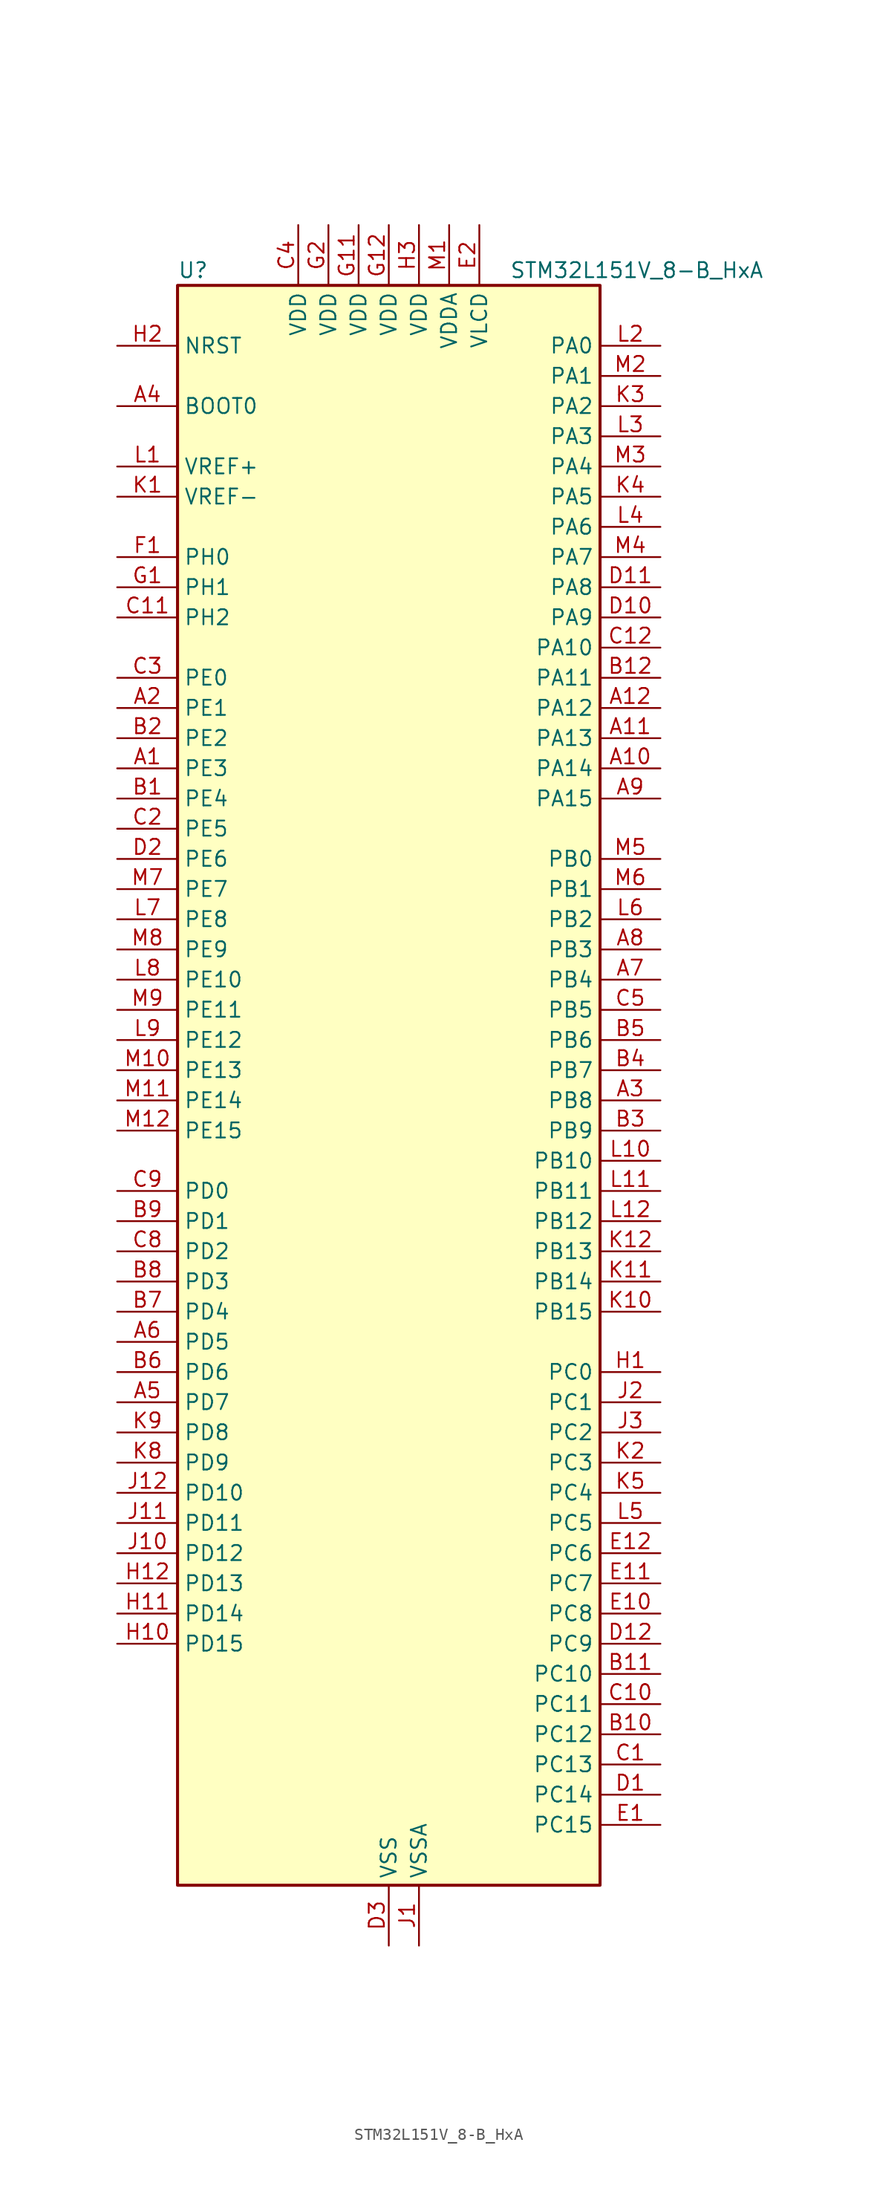
<source format=kicad_sym>
(kicad_symbol_lib
  (version 20241209)
  (generator "kicad_symbol_editor")
  (generator_version "9.0")
  (symbol "STM32L151V_8-B_HxA"
    (property "Reference" "U"
      (at -17.78 69.85 0)
      (effects (font (size 1.27 1.27)) (justify left)))
    (property "Value" "STM32L151V_8-B_HxA"
      (at 10.16 69.85 0)
      (effects (font (size 1.27 1.27)) (justify left)))
    (symbol "STM32L151V_8-B_HxA_0_1"
      (rectangle (start -17.78 -66.04) (end 17.78 68.58) (stroke (width 0.254) (type default)) (fill (type background))))
    (symbol "STM32L151V_8-B_HxA_1_1"
      (pin input line (at -22.86 63.5 0) (length 5.08) (name "NRST" (effects (font (size 1.27 1.27)))) (number "H2" (effects (font (size 1.27 1.27)))))
      (pin input line (at -22.86 58.42 0) (length 5.08) (name "BOOT0" (effects (font (size 1.27 1.27)))) (number "A4" (effects (font (size 1.27 1.27)))))
      (pin input line (at -22.86 53.34 0) (length 5.08) (name "VREF+" (effects (font (size 1.27 1.27)))) (number "L1" (effects (font (size 1.27 1.27)))))
      (pin input line (at -22.86 50.8 0) (length 5.08) (name "VREF-" (effects (font (size 1.27 1.27)))) (number "K1" (effects (font (size 1.27 1.27)))))
      (pin bidirectional line (at -22.86 45.72 0) (length 5.08) (name "PH0" (effects (font (size 1.27 1.27)))) (number "F1" (effects (font (size 1.27 1.27)))) (alternate "RCC_OSC_IN" bidirectional line))
      (pin bidirectional line (at -22.86 43.18 0) (length 5.08) (name "PH1" (effects (font (size 1.27 1.27)))) (number "G1" (effects (font (size 1.27 1.27)))) (alternate "RCC_OSC_OUT" bidirectional line))
      (pin bidirectional line (at -22.86 40.64 0) (length 5.08) (name "PH2" (effects (font (size 1.27 1.27)))) (number "C11" (effects (font (size 1.27 1.27)))))
      (pin bidirectional line (at -22.86 35.56 0) (length 5.08) (name "PE0" (effects (font (size 1.27 1.27)))) (number "C3" (effects (font (size 1.27 1.27)))) (alternate "TIM10_CH1" bidirectional line) (alternate "TIM4_ETR" bidirectional line) (alternate "TIMX_IC1" bidirectional line))
      (pin bidirectional line (at -22.86 33.02 0) (length 5.08) (name "PE1" (effects (font (size 1.27 1.27)))) (number "A2" (effects (font (size 1.27 1.27)))) (alternate "TIM11_CH1" bidirectional line) (alternate "TIMX_IC2" bidirectional line))
      (pin bidirectional line (at -22.86 30.48 0) (length 5.08) (name "PE2" (effects (font (size 1.27 1.27)))) (number "B2" (effects (font (size 1.27 1.27)))) (alternate "SYS_TRACECK" bidirectional line) (alternate "TIM3_ETR" bidirectional line) (alternate "TIMX_IC3" bidirectional line))
      (pin bidirectional line (at -22.86 27.94 0) (length 5.08) (name "PE3" (effects (font (size 1.27 1.27)))) (number "A1" (effects (font (size 1.27 1.27)))) (alternate "SYS_TRACED0" bidirectional line) (alternate "TIM3_CH1" bidirectional line) (alternate "TIMX_IC4" bidirectional line))
      (pin bidirectional line (at -22.86 25.4 0) (length 5.08) (name "PE4" (effects (font (size 1.27 1.27)))) (number "B1" (effects (font (size 1.27 1.27)))) (alternate "SYS_TRACED1" bidirectional line) (alternate "TIM3_CH2" bidirectional line) (alternate "TIMX_IC1" bidirectional line))
      (pin bidirectional line (at -22.86 22.86 0) (length 5.08) (name "PE5" (effects (font (size 1.27 1.27)))) (number "C2" (effects (font (size 1.27 1.27)))) (alternate "SYS_TRACED2" bidirectional line) (alternate "TIM9_CH1" bidirectional line) (alternate "TIMX_IC2" bidirectional line))
      (pin bidirectional line (at -22.86 20.32 0) (length 5.08) (name "PE6" (effects (font (size 1.27 1.27)))) (number "D2" (effects (font (size 1.27 1.27)))) (alternate "RTC_TAMP3" bidirectional line) (alternate "SYS_TRACED3" bidirectional line) (alternate "SYS_WKUP3" bidirectional line) (alternate "TIM9_CH2" bidirectional line) (alternate "TIMX_IC3" bidirectional line))
      (pin bidirectional line (at -22.86 17.78 0) (length 5.08) (name "PE7" (effects (font (size 1.27 1.27)))) (number "M7" (effects (font (size 1.27 1.27)))) (alternate "ADC_IN22" bidirectional line) (alternate "COMP1_INP" bidirectional line) (alternate "TIMX_IC4" bidirectional line))
      (pin bidirectional line (at -22.86 15.24 0) (length 5.08) (name "PE8" (effects (font (size 1.27 1.27)))) (number "L7" (effects (font (size 1.27 1.27)))) (alternate "ADC_IN23" bidirectional line) (alternate "COMP1_INP" bidirectional line) (alternate "TIMX_IC1" bidirectional line))
      (pin bidirectional line (at -22.86 12.7 0) (length 5.08) (name "PE9" (effects (font (size 1.27 1.27)))) (number "M8" (effects (font (size 1.27 1.27)))) (alternate "ADC_IN24" bidirectional line) (alternate "COMP1_INP" bidirectional line) (alternate "DAC_EXTI9" bidirectional line) (alternate "TIM2_CH1" bidirectional line) (alternate "TIM2_ETR" bidirectional line) (alternate "TIMX_IC2" bidirectional line))
      (pin bidirectional line (at -22.86 10.16 0) (length 5.08) (name "PE10" (effects (font (size 1.27 1.27)))) (number "L8" (effects (font (size 1.27 1.27)))) (alternate "ADC_IN25" bidirectional line) (alternate "COMP1_INP" bidirectional line) (alternate "TIM2_CH2" bidirectional line) (alternate "TIMX_IC3" bidirectional line))
      (pin bidirectional line (at -22.86 7.62 0) (length 5.08) (name "PE11" (effects (font (size 1.27 1.27)))) (number "M9" (effects (font (size 1.27 1.27)))) (alternate "ADC_EXTI11" bidirectional line) (alternate "TIM2_CH3" bidirectional line) (alternate "TIMX_IC4" bidirectional line))
      (pin bidirectional line (at -22.86 5.08 0) (length 5.08) (name "PE12" (effects (font (size 1.27 1.27)))) (number "L9" (effects (font (size 1.27 1.27)))) (alternate "SPI1_NSS" bidirectional line) (alternate "TIM2_CH4" bidirectional line) (alternate "TIMX_IC1" bidirectional line))
      (pin bidirectional line (at -22.86 2.54 0) (length 5.08) (name "PE13" (effects (font (size 1.27 1.27)))) (number "M10" (effects (font (size 1.27 1.27)))) (alternate "SPI1_SCK" bidirectional line) (alternate "TIMX_IC2" bidirectional line))
      (pin bidirectional line (at -22.86 0 0) (length 5.08) (name "PE14" (effects (font (size 1.27 1.27)))) (number "M11" (effects (font (size 1.27 1.27)))) (alternate "SPI1_MISO" bidirectional line) (alternate "TIMX_IC3" bidirectional line))
      (pin bidirectional line (at -22.86 -2.54 0) (length 5.08) (name "PE15" (effects (font (size 1.27 1.27)))) (number "M12" (effects (font (size 1.27 1.27)))) (alternate "ADC_EXTI15" bidirectional line) (alternate "SPI1_MOSI" bidirectional line) (alternate "TIMX_IC4" bidirectional line))
      (pin bidirectional line (at -22.86 -7.62 0) (length 5.08) (name "PD0" (effects (font (size 1.27 1.27)))) (number "C9" (effects (font (size 1.27 1.27)))) (alternate "SPI2_NSS" bidirectional line) (alternate "TIM9_CH1" bidirectional line) (alternate "TIMX_IC1" bidirectional line))
      (pin bidirectional line (at -22.86 -10.16 0) (length 5.08) (name "PD1" (effects (font (size 1.27 1.27)))) (number "B9" (effects (font (size 1.27 1.27)))) (alternate "SPI2_SCK" bidirectional line) (alternate "TIMX_IC2" bidirectional line))
      (pin bidirectional line (at -22.86 -12.7 0) (length 5.08) (name "PD2" (effects (font (size 1.27 1.27)))) (number "C8" (effects (font (size 1.27 1.27)))) (alternate "TIM3_ETR" bidirectional line) (alternate "TIMX_IC3" bidirectional line))
      (pin bidirectional line (at -22.86 -15.24 0) (length 5.08) (name "PD3" (effects (font (size 1.27 1.27)))) (number "B8" (effects (font (size 1.27 1.27)))) (alternate "SPI2_MISO" bidirectional line) (alternate "TIMX_IC4" bidirectional line) (alternate "USART2_CTS" bidirectional line))
      (pin bidirectional line (at -22.86 -17.78 0) (length 5.08) (name "PD4" (effects (font (size 1.27 1.27)))) (number "B7" (effects (font (size 1.27 1.27)))) (alternate "SPI2_MOSI" bidirectional line) (alternate "TIMX_IC1" bidirectional line) (alternate "USART2_RTS" bidirectional line))
      (pin bidirectional line (at -22.86 -20.32 0) (length 5.08) (name "PD5" (effects (font (size 1.27 1.27)))) (number "A6" (effects (font (size 1.27 1.27)))) (alternate "TIMX_IC2" bidirectional line) (alternate "USART2_TX" bidirectional line))
      (pin bidirectional line (at -22.86 -22.86 0) (length 5.08) (name "PD6" (effects (font (size 1.27 1.27)))) (number "B6" (effects (font (size 1.27 1.27)))) (alternate "TIMX_IC3" bidirectional line) (alternate "USART2_RX" bidirectional line))
      (pin bidirectional line (at -22.86 -25.4 0) (length 5.08) (name "PD7" (effects (font (size 1.27 1.27)))) (number "A5" (effects (font (size 1.27 1.27)))) (alternate "TIM9_CH2" bidirectional line) (alternate "TIMX_IC4" bidirectional line) (alternate "USART2_CK" bidirectional line))
      (pin bidirectional line (at -22.86 -27.94 0) (length 5.08) (name "PD8" (effects (font (size 1.27 1.27)))) (number "K9" (effects (font (size 1.27 1.27)))) (alternate "TIMX_IC1" bidirectional line) (alternate "USART3_TX" bidirectional line))
      (pin bidirectional line (at -22.86 -30.48 0) (length 5.08) (name "PD9" (effects (font (size 1.27 1.27)))) (number "K8" (effects (font (size 1.27 1.27)))) (alternate "DAC_EXTI9" bidirectional line) (alternate "TIMX_IC2" bidirectional line) (alternate "USART3_RX" bidirectional line))
      (pin bidirectional line (at -22.86 -33.02 0) (length 5.08) (name "PD10" (effects (font (size 1.27 1.27)))) (number "J12" (effects (font (size 1.27 1.27)))) (alternate "TIMX_IC3" bidirectional line) (alternate "USART3_CK" bidirectional line))
      (pin bidirectional line (at -22.86 -35.56 0) (length 5.08) (name "PD11" (effects (font (size 1.27 1.27)))) (number "J11" (effects (font (size 1.27 1.27)))) (alternate "ADC_EXTI11" bidirectional line) (alternate "TIMX_IC4" bidirectional line) (alternate "USART3_CTS" bidirectional line))
      (pin bidirectional line (at -22.86 -38.1 0) (length 5.08) (name "PD12" (effects (font (size 1.27 1.27)))) (number "J10" (effects (font (size 1.27 1.27)))) (alternate "TIM4_CH1" bidirectional line) (alternate "TIMX_IC1" bidirectional line) (alternate "USART3_RTS" bidirectional line))
      (pin bidirectional line (at -22.86 -40.64 0) (length 5.08) (name "PD13" (effects (font (size 1.27 1.27)))) (number "H12" (effects (font (size 1.27 1.27)))) (alternate "TIM4_CH2" bidirectional line) (alternate "TIMX_IC2" bidirectional line))
      (pin bidirectional line (at -22.86 -43.18 0) (length 5.08) (name "PD14" (effects (font (size 1.27 1.27)))) (number "H11" (effects (font (size 1.27 1.27)))) (alternate "TIM4_CH3" bidirectional line) (alternate "TIMX_IC3" bidirectional line))
      (pin bidirectional line (at -22.86 -45.72 0) (length 5.08) (name "PD15" (effects (font (size 1.27 1.27)))) (number "H10" (effects (font (size 1.27 1.27)))) (alternate "ADC_EXTI15" bidirectional line) (alternate "TIM4_CH4" bidirectional line) (alternate "TIMX_IC4" bidirectional line))
      (pin power_in line (at -7.62 73.66 270) (length 5.08) (name "VDD" (effects (font (size 1.27 1.27)))) (number "C4" (effects (font (size 1.27 1.27)))))
      (pin power_in line (at -5.08 73.66 270) (length 5.08) (name "VDD" (effects (font (size 1.27 1.27)))) (number "G2" (effects (font (size 1.27 1.27)))))
      (pin power_in line (at -2.54 73.66 270) (length 5.08) (name "VDD" (effects (font (size 1.27 1.27)))) (number "G11" (effects (font (size 1.27 1.27)))))
      (pin power_in line (at 0 73.66 270) (length 5.08) (name "VDD" (effects (font (size 1.27 1.27)))) (number "G12" (effects (font (size 1.27 1.27)))))
      (pin power_in line (at 0 -71.12 90) (length 5.08) (name "VSS" (effects (font (size 1.27 1.27)))) (number "D3" (effects (font (size 1.27 1.27)))))
      (pin passive line (at 0 -71.12 90) (length 5.08) (hide yes) (name "VSS" (effects (font (size 1.27 1.27)))) (number "E3" (effects (font (size 1.27 1.27)))))
      (pin passive line (at 0 -71.12 90) (length 5.08) (hide yes) (name "VSS" (effects (font (size 1.27 1.27)))) (number "F11" (effects (font (size 1.27 1.27)))))
      (pin passive line (at 0 -71.12 90) (length 5.08) (hide yes) (name "VSS" (effects (font (size 1.27 1.27)))) (number "F12" (effects (font (size 1.27 1.27)))))
      (pin passive line (at 0 -71.12 90) (length 5.08) (hide yes) (name "VSS" (effects (font (size 1.27 1.27)))) (number "F2" (effects (font (size 1.27 1.27)))))
      (pin power_in line (at 2.54 73.66 270) (length 5.08) (name "VDD" (effects (font (size 1.27 1.27)))) (number "H3" (effects (font (size 1.27 1.27)))))
      (pin power_in line (at 2.54 -71.12 90) (length 5.08) (name "VSSA" (effects (font (size 1.27 1.27)))) (number "J1" (effects (font (size 1.27 1.27)))))
      (pin power_in line (at 5.08 73.66 270) (length 5.08) (name "VDDA" (effects (font (size 1.27 1.27)))) (number "M1" (effects (font (size 1.27 1.27)))))
      (pin power_in line (at 7.62 73.66 270) (length 5.08) (name "VLCD" (effects (font (size 1.27 1.27)))) (number "E2" (effects (font (size 1.27 1.27)))))
      (pin bidirectional line (at 22.86 63.5 180) (length 5.08) (name "PA0" (effects (font (size 1.27 1.27)))) (number "L2" (effects (font (size 1.27 1.27)))) (alternate "ADC_IN0" bidirectional line) (alternate "COMP1_INP" bidirectional line) (alternate "RTC_TAMP2" bidirectional line) (alternate "SYS_WKUP1" bidirectional line) (alternate "TIM2_CH1" bidirectional line) (alternate "TIM2_ETR" bidirectional line) (alternate "TIMX_IC1" bidirectional line) (alternate "TS_G1_IO1" bidirectional line) (alternate "USART2_CTS" bidirectional line))
      (pin bidirectional line (at 22.86 60.96 180) (length 5.08) (name "PA1" (effects (font (size 1.27 1.27)))) (number "M2" (effects (font (size 1.27 1.27)))) (alternate "ADC_IN1" bidirectional line) (alternate "COMP1_INP" bidirectional line) (alternate "TIM2_CH2" bidirectional line) (alternate "TIMX_IC2" bidirectional line) (alternate "TS_G1_IO2" bidirectional line) (alternate "USART2_RTS" bidirectional line))
      (pin bidirectional line (at 22.86 58.42 180) (length 5.08) (name "PA2" (effects (font (size 1.27 1.27)))) (number "K3" (effects (font (size 1.27 1.27)))) (alternate "ADC_IN2" bidirectional line) (alternate "COMP1_INP" bidirectional line) (alternate "TIM2_CH3" bidirectional line) (alternate "TIM9_CH1" bidirectional line) (alternate "TIMX_IC3" bidirectional line) (alternate "TS_G1_IO3" bidirectional line) (alternate "USART2_TX" bidirectional line))
      (pin bidirectional line (at 22.86 55.88 180) (length 5.08) (name "PA3" (effects (font (size 1.27 1.27)))) (number "L3" (effects (font (size 1.27 1.27)))) (alternate "ADC_IN3" bidirectional line) (alternate "COMP1_INP" bidirectional line) (alternate "TIM2_CH4" bidirectional line) (alternate "TIM9_CH2" bidirectional line) (alternate "TIMX_IC4" bidirectional line) (alternate "TS_G1_IO4" bidirectional line) (alternate "USART2_RX" bidirectional line))
      (pin bidirectional line (at 22.86 53.34 180) (length 5.08) (name "PA4" (effects (font (size 1.27 1.27)))) (number "M3" (effects (font (size 1.27 1.27)))) (alternate "ADC_IN4" bidirectional line) (alternate "COMP1_INP" bidirectional line) (alternate "DAC_OUT1" bidirectional line) (alternate "SPI1_NSS" bidirectional line) (alternate "TIMX_IC1" bidirectional line) (alternate "USART2_CK" bidirectional line))
      (pin bidirectional line (at 22.86 50.8 180) (length 5.08) (name "PA5" (effects (font (size 1.27 1.27)))) (number "K4" (effects (font (size 1.27 1.27)))) (alternate "ADC_IN5" bidirectional line) (alternate "COMP1_INP" bidirectional line) (alternate "DAC_OUT2" bidirectional line) (alternate "SPI1_SCK" bidirectional line) (alternate "TIM2_CH1" bidirectional line) (alternate "TIM2_ETR" bidirectional line) (alternate "TIMX_IC2" bidirectional line))
      (pin bidirectional line (at 22.86 48.26 180) (length 5.08) (name "PA6" (effects (font (size 1.27 1.27)))) (number "L4" (effects (font (size 1.27 1.27)))) (alternate "ADC_IN6" bidirectional line) (alternate "COMP1_INP" bidirectional line) (alternate "SPI1_MISO" bidirectional line) (alternate "TIM10_CH1" bidirectional line) (alternate "TIM3_CH1" bidirectional line) (alternate "TIMX_IC3" bidirectional line) (alternate "TS_G2_IO1" bidirectional line))
      (pin bidirectional line (at 22.86 45.72 180) (length 5.08) (name "PA7" (effects (font (size 1.27 1.27)))) (number "M4" (effects (font (size 1.27 1.27)))) (alternate "ADC_IN7" bidirectional line) (alternate "COMP1_INP" bidirectional line) (alternate "SPI1_MOSI" bidirectional line) (alternate "TIM11_CH1" bidirectional line) (alternate "TIM3_CH2" bidirectional line) (alternate "TIMX_IC4" bidirectional line) (alternate "TS_G2_IO2" bidirectional line))
      (pin bidirectional line (at 22.86 43.18 180) (length 5.08) (name "PA8" (effects (font (size 1.27 1.27)))) (number "D11" (effects (font (size 1.27 1.27)))) (alternate "RCC_MCO" bidirectional line) (alternate "TIMX_IC1" bidirectional line) (alternate "TS_G4_IO1" bidirectional line) (alternate "USART1_CK" bidirectional line))
      (pin bidirectional line (at 22.86 40.64 180) (length 5.08) (name "PA9" (effects (font (size 1.27 1.27)))) (number "D10" (effects (font (size 1.27 1.27)))) (alternate "DAC_EXTI9" bidirectional line) (alternate "TIMX_IC2" bidirectional line) (alternate "TS_G4_IO2" bidirectional line) (alternate "USART1_TX" bidirectional line))
      (pin bidirectional line (at 22.86 38.1 180) (length 5.08) (name "PA10" (effects (font (size 1.27 1.27)))) (number "C12" (effects (font (size 1.27 1.27)))) (alternate "TIMX_IC3" bidirectional line) (alternate "TS_G4_IO3" bidirectional line) (alternate "USART1_RX" bidirectional line))
      (pin bidirectional line (at 22.86 35.56 180) (length 5.08) (name "PA11" (effects (font (size 1.27 1.27)))) (number "B12" (effects (font (size 1.27 1.27)))) (alternate "ADC_EXTI11" bidirectional line) (alternate "SPI1_MISO" bidirectional line) (alternate "TIMX_IC4" bidirectional line) (alternate "USART1_CTS" bidirectional line) (alternate "USB_DM" bidirectional line))
      (pin bidirectional line (at 22.86 33.02 180) (length 5.08) (name "PA12" (effects (font (size 1.27 1.27)))) (number "A12" (effects (font (size 1.27 1.27)))) (alternate "SPI1_MOSI" bidirectional line) (alternate "TIMX_IC1" bidirectional line) (alternate "USART1_RTS" bidirectional line) (alternate "USB_DP" bidirectional line))
      (pin bidirectional line (at 22.86 30.48 180) (length 5.08) (name "PA13" (effects (font (size 1.27 1.27)))) (number "A11" (effects (font (size 1.27 1.27)))) (alternate "SYS_JTMS-SWDIO" bidirectional line) (alternate "TIMX_IC2" bidirectional line) (alternate "TS_G5_IO1" bidirectional line))
      (pin bidirectional line (at 22.86 27.94 180) (length 5.08) (name "PA14" (effects (font (size 1.27 1.27)))) (number "A10" (effects (font (size 1.27 1.27)))) (alternate "SYS_JTCK-SWCLK" bidirectional line) (alternate "TIMX_IC3" bidirectional line) (alternate "TS_G5_IO2" bidirectional line))
      (pin bidirectional line (at 22.86 25.4 180) (length 5.08) (name "PA15" (effects (font (size 1.27 1.27)))) (number "A9" (effects (font (size 1.27 1.27)))) (alternate "ADC_EXTI15" bidirectional line) (alternate "SPI1_NSS" bidirectional line) (alternate "SYS_JTDI" bidirectional line) (alternate "TIM2_CH1" bidirectional line) (alternate "TIM2_ETR" bidirectional line) (alternate "TIMX_IC4" bidirectional line) (alternate "TS_G5_IO3" bidirectional line))
      (pin bidirectional line (at 22.86 20.32 180) (length 5.08) (name "PB0" (effects (font (size 1.27 1.27)))) (number "M5" (effects (font (size 1.27 1.27)))) (alternate "ADC_IN8" bidirectional line) (alternate "COMP1_INP" bidirectional line) (alternate "SYS_V_REF_OUT" bidirectional line) (alternate "TIM3_CH3" bidirectional line) (alternate "TS_G3_IO1" bidirectional line))
      (pin bidirectional line (at 22.86 17.78 180) (length 5.08) (name "PB1" (effects (font (size 1.27 1.27)))) (number "M6" (effects (font (size 1.27 1.27)))) (alternate "ADC_IN9" bidirectional line) (alternate "COMP1_INP" bidirectional line) (alternate "SYS_V_REF_OUT" bidirectional line) (alternate "TIM3_CH4" bidirectional line) (alternate "TS_G3_IO2" bidirectional line))
      (pin bidirectional line (at 22.86 15.24 180) (length 5.08) (name "PB2" (effects (font (size 1.27 1.27)))) (number "L6" (effects (font (size 1.27 1.27)))) (alternate "TS_G3_IO3" bidirectional line))
      (pin bidirectional line (at 22.86 12.7 180) (length 5.08) (name "PB3" (effects (font (size 1.27 1.27)))) (number "A8" (effects (font (size 1.27 1.27)))) (alternate "COMP2_INM" bidirectional line) (alternate "SPI1_SCK" bidirectional line) (alternate "SYS_JTDO-TRACESWO" bidirectional line) (alternate "TIM2_CH2" bidirectional line))
      (pin bidirectional line (at 22.86 10.16 180) (length 5.08) (name "PB4" (effects (font (size 1.27 1.27)))) (number "A7" (effects (font (size 1.27 1.27)))) (alternate "COMP2_INP" bidirectional line) (alternate "SPI1_MISO" bidirectional line) (alternate "SYS_JTRST" bidirectional line) (alternate "TIM3_CH1" bidirectional line) (alternate "TS_G6_IO1" bidirectional line))
      (pin bidirectional line (at 22.86 7.62 180) (length 5.08) (name "PB5" (effects (font (size 1.27 1.27)))) (number "C5" (effects (font (size 1.27 1.27)))) (alternate "COMP2_INP" bidirectional line) (alternate "I2C1_SMBA" bidirectional line) (alternate "SPI1_MOSI" bidirectional line) (alternate "TIM3_CH2" bidirectional line) (alternate "TS_G6_IO2" bidirectional line))
      (pin bidirectional line (at 22.86 5.08 180) (length 5.08) (name "PB6" (effects (font (size 1.27 1.27)))) (number "B5" (effects (font (size 1.27 1.27)))) (alternate "I2C1_SCL" bidirectional line) (alternate "TIM4_CH1" bidirectional line) (alternate "TS_G6_IO3" bidirectional line) (alternate "USART1_TX" bidirectional line))
      (pin bidirectional line (at 22.86 2.54 180) (length 5.08) (name "PB7" (effects (font (size 1.27 1.27)))) (number "B4" (effects (font (size 1.27 1.27)))) (alternate "I2C1_SDA" bidirectional line) (alternate "SYS_PVD_IN" bidirectional line) (alternate "TIM4_CH2" bidirectional line) (alternate "TS_G6_IO4" bidirectional line) (alternate "USART1_RX" bidirectional line))
      (pin bidirectional line (at 22.86 0 180) (length 5.08) (name "PB8" (effects (font (size 1.27 1.27)))) (number "A3" (effects (font (size 1.27 1.27)))) (alternate "I2C1_SCL" bidirectional line) (alternate "TIM10_CH1" bidirectional line) (alternate "TIM4_CH3" bidirectional line))
      (pin bidirectional line (at 22.86 -2.54 180) (length 5.08) (name "PB9" (effects (font (size 1.27 1.27)))) (number "B3" (effects (font (size 1.27 1.27)))) (alternate "DAC_EXTI9" bidirectional line) (alternate "I2C1_SDA" bidirectional line) (alternate "TIM11_CH1" bidirectional line) (alternate "TIM4_CH4" bidirectional line))
      (pin bidirectional line (at 22.86 -5.08 180) (length 5.08) (name "PB10" (effects (font (size 1.27 1.27)))) (number "L10" (effects (font (size 1.27 1.27)))) (alternate "I2C2_SCL" bidirectional line) (alternate "TIM2_CH3" bidirectional line) (alternate "USART3_TX" bidirectional line))
      (pin bidirectional line (at 22.86 -7.62 180) (length 5.08) (name "PB11" (effects (font (size 1.27 1.27)))) (number "L11" (effects (font (size 1.27 1.27)))) (alternate "ADC_EXTI11" bidirectional line) (alternate "I2C2_SDA" bidirectional line) (alternate "TIM2_CH4" bidirectional line) (alternate "USART3_RX" bidirectional line))
      (pin bidirectional line (at 22.86 -10.16 180) (length 5.08) (name "PB12" (effects (font (size 1.27 1.27)))) (number "L12" (effects (font (size 1.27 1.27)))) (alternate "ADC_IN18" bidirectional line) (alternate "COMP1_INP" bidirectional line) (alternate "I2C2_SMBA" bidirectional line) (alternate "SPI2_NSS" bidirectional line) (alternate "TIM10_CH1" bidirectional line) (alternate "TS_G7_IO1" bidirectional line) (alternate "USART3_CK" bidirectional line))
      (pin bidirectional line (at 22.86 -12.7 180) (length 5.08) (name "PB13" (effects (font (size 1.27 1.27)))) (number "K12" (effects (font (size 1.27 1.27)))) (alternate "ADC_IN19" bidirectional line) (alternate "COMP1_INP" bidirectional line) (alternate "SPI2_SCK" bidirectional line) (alternate "TIM9_CH1" bidirectional line) (alternate "TS_G7_IO2" bidirectional line) (alternate "USART3_CTS" bidirectional line))
      (pin bidirectional line (at 22.86 -15.24 180) (length 5.08) (name "PB14" (effects (font (size 1.27 1.27)))) (number "K11" (effects (font (size 1.27 1.27)))) (alternate "ADC_IN20" bidirectional line) (alternate "COMP1_INP" bidirectional line) (alternate "SPI2_MISO" bidirectional line) (alternate "TIM9_CH2" bidirectional line) (alternate "TS_G7_IO3" bidirectional line) (alternate "USART3_RTS" bidirectional line))
      (pin bidirectional line (at 22.86 -17.78 180) (length 5.08) (name "PB15" (effects (font (size 1.27 1.27)))) (number "K10" (effects (font (size 1.27 1.27)))) (alternate "ADC_EXTI15" bidirectional line) (alternate "ADC_IN21" bidirectional line) (alternate "COMP1_INP" bidirectional line) (alternate "RTC_REFIN" bidirectional line) (alternate "SPI2_MOSI" bidirectional line) (alternate "TIM11_CH1" bidirectional line) (alternate "TS_G7_IO4" bidirectional line))
      (pin bidirectional line (at 22.86 -22.86 180) (length 5.08) (name "PC0" (effects (font (size 1.27 1.27)))) (number "H1" (effects (font (size 1.27 1.27)))) (alternate "ADC_IN10" bidirectional line) (alternate "COMP1_INP" bidirectional line) (alternate "TIMX_IC1" bidirectional line) (alternate "TS_G8_IO1" bidirectional line))
      (pin bidirectional line (at 22.86 -25.4 180) (length 5.08) (name "PC1" (effects (font (size 1.27 1.27)))) (number "J2" (effects (font (size 1.27 1.27)))) (alternate "ADC_IN11" bidirectional line) (alternate "COMP1_INP" bidirectional line) (alternate "TIMX_IC2" bidirectional line) (alternate "TS_G8_IO2" bidirectional line))
      (pin bidirectional line (at 22.86 -27.94 180) (length 5.08) (name "PC2" (effects (font (size 1.27 1.27)))) (number "J3" (effects (font (size 1.27 1.27)))) (alternate "ADC_IN12" bidirectional line) (alternate "COMP1_INP" bidirectional line) (alternate "TIMX_IC3" bidirectional line) (alternate "TS_G8_IO3" bidirectional line))
      (pin bidirectional line (at 22.86 -30.48 180) (length 5.08) (name "PC3" (effects (font (size 1.27 1.27)))) (number "K2" (effects (font (size 1.27 1.27)))) (alternate "ADC_IN13" bidirectional line) (alternate "COMP1_INP" bidirectional line) (alternate "TIMX_IC4" bidirectional line) (alternate "TS_G8_IO4" bidirectional line))
      (pin bidirectional line (at 22.86 -33.02 180) (length 5.08) (name "PC4" (effects (font (size 1.27 1.27)))) (number "K5" (effects (font (size 1.27 1.27)))) (alternate "ADC_IN14" bidirectional line) (alternate "COMP1_INP" bidirectional line) (alternate "TIMX_IC1" bidirectional line) (alternate "TS_G9_IO1" bidirectional line))
      (pin bidirectional line (at 22.86 -35.56 180) (length 5.08) (name "PC5" (effects (font (size 1.27 1.27)))) (number "L5" (effects (font (size 1.27 1.27)))) (alternate "ADC_IN15" bidirectional line) (alternate "COMP1_INP" bidirectional line) (alternate "TIMX_IC2" bidirectional line) (alternate "TS_G9_IO2" bidirectional line))
      (pin bidirectional line (at 22.86 -38.1 180) (length 5.08) (name "PC6" (effects (font (size 1.27 1.27)))) (number "E12" (effects (font (size 1.27 1.27)))) (alternate "TIM3_CH1" bidirectional line) (alternate "TIMX_IC3" bidirectional line) (alternate "TS_G10_IO1" bidirectional line))
      (pin bidirectional line (at 22.86 -40.64 180) (length 5.08) (name "PC7" (effects (font (size 1.27 1.27)))) (number "E11" (effects (font (size 1.27 1.27)))) (alternate "TIM3_CH2" bidirectional line) (alternate "TIMX_IC4" bidirectional line) (alternate "TS_G10_IO2" bidirectional line))
      (pin bidirectional line (at 22.86 -43.18 180) (length 5.08) (name "PC8" (effects (font (size 1.27 1.27)))) (number "E10" (effects (font (size 1.27 1.27)))) (alternate "TIM3_CH3" bidirectional line) (alternate "TIMX_IC1" bidirectional line) (alternate "TS_G10_IO3" bidirectional line))
      (pin bidirectional line (at 22.86 -45.72 180) (length 5.08) (name "PC9" (effects (font (size 1.27 1.27)))) (number "D12" (effects (font (size 1.27 1.27)))) (alternate "DAC_EXTI9" bidirectional line) (alternate "TIM3_CH4" bidirectional line) (alternate "TIMX_IC2" bidirectional line) (alternate "TS_G10_IO4" bidirectional line))
      (pin bidirectional line (at 22.86 -48.26 180) (length 5.08) (name "PC10" (effects (font (size 1.27 1.27)))) (number "B11" (effects (font (size 1.27 1.27)))) (alternate "TIMX_IC3" bidirectional line) (alternate "USART3_TX" bidirectional line))
      (pin bidirectional line (at 22.86 -50.8 180) (length 5.08) (name "PC11" (effects (font (size 1.27 1.27)))) (number "C10" (effects (font (size 1.27 1.27)))) (alternate "ADC_EXTI11" bidirectional line) (alternate "TIMX_IC4" bidirectional line) (alternate "USART3_RX" bidirectional line))
      (pin bidirectional line (at 22.86 -53.34 180) (length 5.08) (name "PC12" (effects (font (size 1.27 1.27)))) (number "B10" (effects (font (size 1.27 1.27)))) (alternate "TIMX_IC1" bidirectional line) (alternate "USART3_CK" bidirectional line))
      (pin bidirectional line (at 22.86 -55.88 180) (length 5.08) (name "PC13" (effects (font (size 1.27 1.27)))) (number "C1" (effects (font (size 1.27 1.27)))) (alternate "RTC_OUT_ALARM" bidirectional line) (alternate "RTC_OUT_CALIB" bidirectional line) (alternate "RTC_TAMP1" bidirectional line) (alternate "RTC_TS" bidirectional line) (alternate "SYS_WKUP2" bidirectional line) (alternate "TIMX_IC2" bidirectional line))
      (pin bidirectional line (at 22.86 -58.42 180) (length 5.08) (name "PC14" (effects (font (size 1.27 1.27)))) (number "D1" (effects (font (size 1.27 1.27)))) (alternate "RCC_OSC32_IN" bidirectional line) (alternate "TIMX_IC3" bidirectional line))
      (pin bidirectional line (at 22.86 -60.96 180) (length 5.08) (name "PC15" (effects (font (size 1.27 1.27)))) (number "E1" (effects (font (size 1.27 1.27)))) (alternate "ADC_EXTI15" bidirectional line) (alternate "RCC_OSC32_OUT" bidirectional line) (alternate "TIMX_IC4" bidirectional line)))))
</source>
